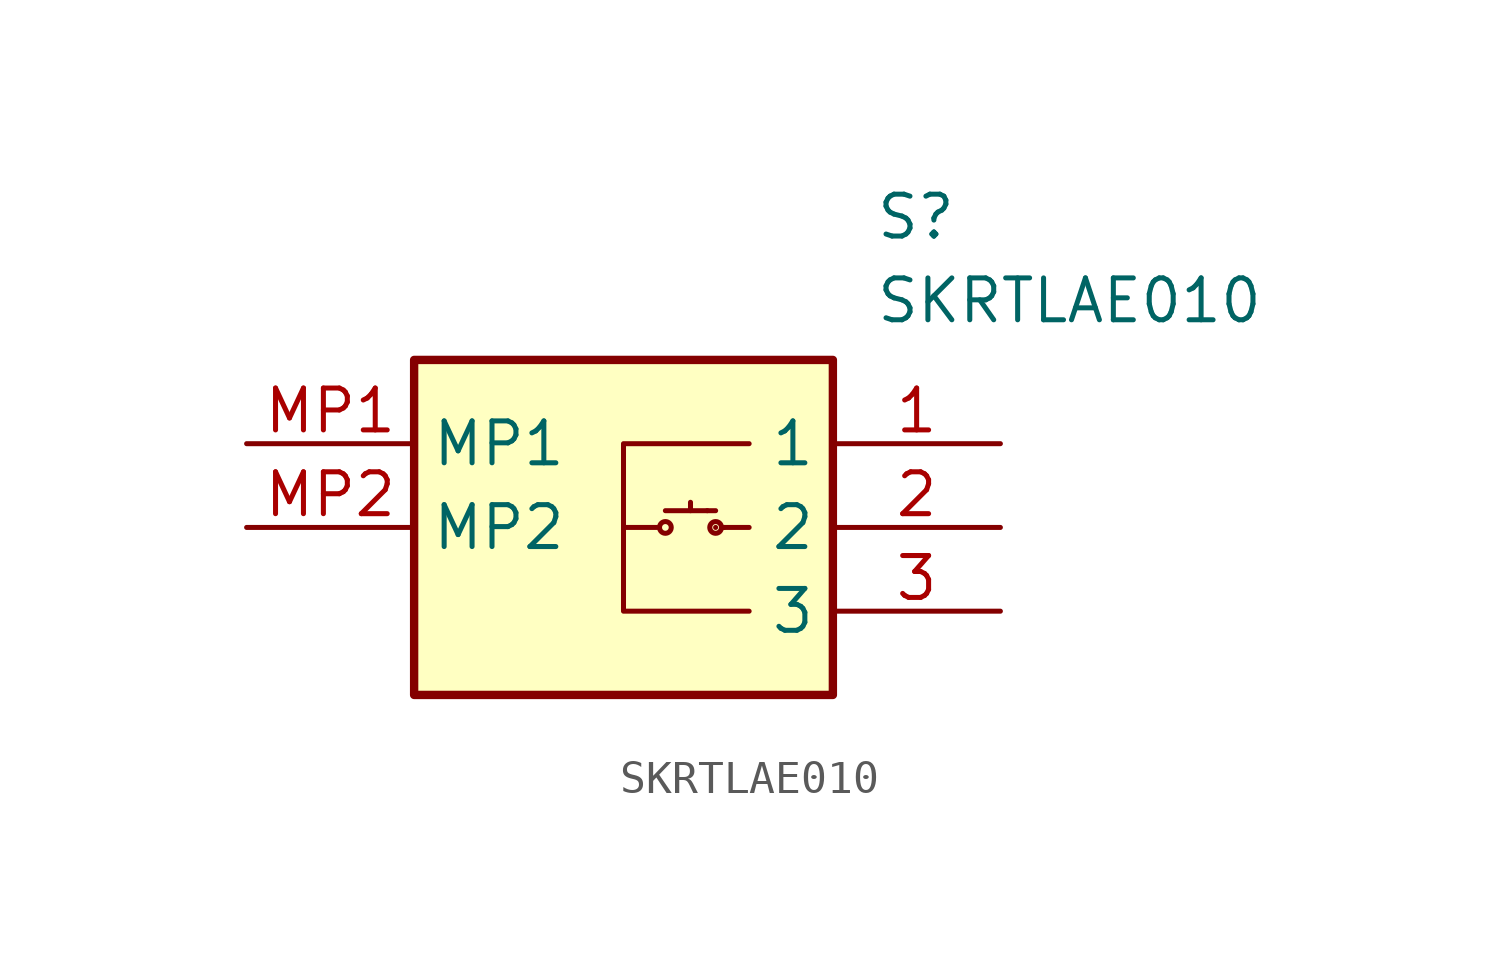
<source format=kicad_sym>
(kicad_symbol_lib
  (version 20241209)
  (generator "kicad_symbol_editor")
  (generator_version "9.0")
  (symbol "SKRTLAE010"
    (property "Reference" "S"
      (at 19.05 7.62 0)
      (effects (font (size 1.27 1.27)) (justify left top)))
    (property "Value" "SKRTLAE010"
      (at 19.05 5.08 0)
      (effects (font (size 1.27 1.27)) (justify left top)))
    (symbol "SKRTLAE010_0_1"
      (polyline (pts (xy 12.446 -2.54) (xy 11.43 -2.54)) (stroke (width 0) (type default)) (fill (type none)))
      (polyline (pts (xy 12.7 -2.032) (xy 13.97 -2.032)) (stroke (width 0) (type default)) (fill (type none)))
      (circle (center 12.7 -2.54) (radius 0.178) (stroke (width 0) (type default)) (fill (type none)))
      (polyline (pts (xy 13.462 -2.032) (xy 13.462 -1.778)) (stroke (width 0) (type default)) (fill (type none)))
      (polyline (pts (xy 13.97 -2.032) (xy 14.224 -2.032)) (stroke (width 0) (type default)) (fill (type none)))
      (polyline (pts (xy 14.224 -2.54) (xy 14.224 -2.54)) (stroke (width 0) (type default)) (fill (type none)))
      (circle (center 14.224 -2.54) (radius 0.178) (stroke (width 0) (type default)) (fill (type none)))
      (polyline (pts (xy 14.478 -2.54) (xy 14.478 -2.54)) (stroke (width 0) (type default)) (fill (type none)))
      (polyline (pts (xy 15.24 0) (xy 11.43 0) (xy 11.43 -5.08) (xy 15.24 -5.08)) (stroke (width 0) (type default)) (fill (type none)))
      (polyline (pts (xy 15.24 -2.54) (xy 14.478 -2.54)) (stroke (width 0) (type default)) (fill (type none))))
    (symbol "SKRTLAE010_1_1"
      (rectangle (start 5.08 2.54) (end 17.78 -7.62) (stroke (width 0.254) (type default)) (fill (type background)))
      (pin passive line (at 0 0 0) (length 5.08) (name "MP1" (effects (font (size 1.27 1.27)))) (number "MP1" (effects (font (size 1.27 1.27)))))
      (pin passive line (at 0 -2.54 0) (length 5.08) (name "MP2" (effects (font (size 1.27 1.27)))) (number "MP2" (effects (font (size 1.27 1.27)))))
      (pin passive line (at 22.86 0 180) (length 5.08) (name "1" (effects (font (size 1.27 1.27)))) (number "1" (effects (font (size 1.27 1.27)))))
      (pin passive line (at 22.86 -2.54 180) (length 5.08) (name "2" (effects (font (size 1.27 1.27)))) (number "2" (effects (font (size 1.27 1.27)))))
      (pin passive line (at 22.86 -5.08 180) (length 5.08) (name "3" (effects (font (size 1.27 1.27)))) (number "3" (effects (font (size 1.27 1.27))))))))
</source>
